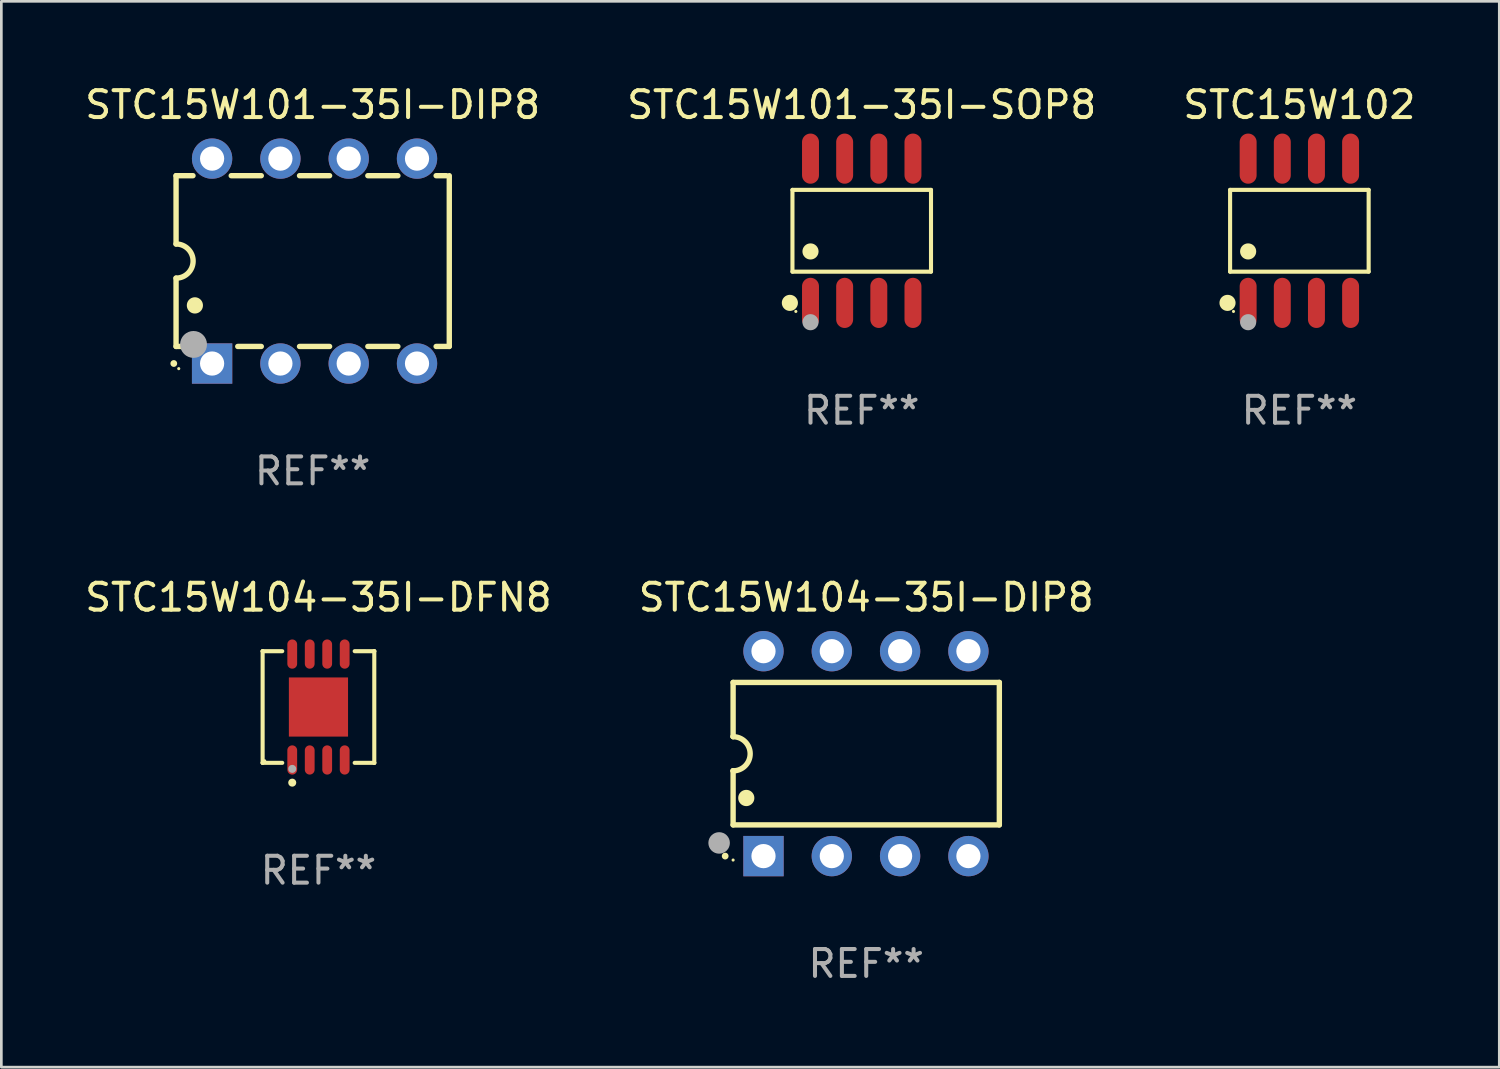
<source format=kicad_pcb>
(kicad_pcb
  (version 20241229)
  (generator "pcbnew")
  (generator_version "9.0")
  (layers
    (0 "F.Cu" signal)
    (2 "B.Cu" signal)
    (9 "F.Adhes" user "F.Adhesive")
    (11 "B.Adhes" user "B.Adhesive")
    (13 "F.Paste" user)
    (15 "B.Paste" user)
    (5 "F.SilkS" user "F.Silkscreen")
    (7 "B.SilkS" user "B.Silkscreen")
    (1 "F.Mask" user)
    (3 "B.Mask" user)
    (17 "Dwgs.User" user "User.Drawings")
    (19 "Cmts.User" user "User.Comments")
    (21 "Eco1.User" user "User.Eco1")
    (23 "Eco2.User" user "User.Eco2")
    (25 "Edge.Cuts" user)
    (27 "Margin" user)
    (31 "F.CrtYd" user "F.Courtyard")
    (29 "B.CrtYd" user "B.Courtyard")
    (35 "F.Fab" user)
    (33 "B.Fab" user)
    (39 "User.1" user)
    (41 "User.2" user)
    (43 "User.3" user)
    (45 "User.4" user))
  (footprint "STC15W101-35I-SOP8"
    (layer "F.Cu")
    (at 28.994 5.531)
    (property "Reference" "STC15W101-35I-SOP8" (at 0 -4.682 0) (layer "F.SilkS") (effects (font (size 1 1) (thickness 0.15))))
    (attr through_hole)
    (fp_line (start -2.576 -1.521) (end 2.576 -1.521) (stroke (width 0.152) (type solid)) (layer "F.SilkS"))
    (fp_line (start -2.576 1.521) (end -2.576 -1.521) (stroke (width 0.152) (type solid)) (layer "F.SilkS"))
    (fp_line (start 2.576 -1.521) (end 2.576 1.521) (stroke (width 0.152) (type solid)) (layer "F.SilkS"))
    (fp_line (start 2.576 1.521) (end -2.576 1.521) (stroke (width 0.152) (type solid)) (layer "F.SilkS"))
    (fp_circle (center -2.672 2.682) (end -2.522 2.682) (stroke (width 0.3) (type solid)) (fill no) (layer "F.SilkS"))
    (fp_circle (center -2.45 3) (end -2.42 3) (stroke (width 0.06) (type solid)) (fill no) (layer "F.SilkS"))
    (fp_circle (center -1.905 0.769) (end -1.755 0.769) (stroke (width 0.3) (type solid)) (fill no) (layer "F.SilkS"))
    (fp_circle (center -1.905 3.4) (end -1.755 3.4) (stroke (width 0.3) (type solid)) (fill no) (layer "F.Fab"))
    (fp_text user "REF**" (at 0 6.682 0) (layer "F.Fab") (effects (font (size 1 1) (thickness 0.15))))
    (pad "1" smd oval (at -1.905 2.682) (size 0.63 1.865) (layers "F.Cu" "F.Mask" "F.Paste"))
    (pad "2" smd oval (at -0.635 2.682) (size 0.63 1.865) (layers "F.Cu" "F.Mask" "F.Paste"))
    (pad "3" smd oval (at 0.635 2.682) (size 0.63 1.865) (layers "F.Cu" "F.Mask" "F.Paste"))
    (pad "4" smd oval (at 1.905 2.682) (size 0.63 1.865) (layers "F.Cu" "F.Mask" "F.Paste"))
    (pad "5" smd oval (at 1.905 -2.682) (size 0.63 1.865) (layers "F.Cu" "F.Mask" "F.Paste"))
    (pad "6" smd oval (at 0.635 -2.682) (size 0.63 1.865) (layers "F.Cu" "F.Mask" "F.Paste"))
    (pad "7" smd oval (at -0.635 -2.682) (size 0.63 1.865) (layers "F.Cu" "F.Mask" "F.Paste"))
    (pad "8" smd oval (at -1.905 -2.682) (size 0.63 1.865) (layers "F.Cu" "F.Mask" "F.Paste")))
  (footprint "STC15W104-35I-DFN8"
    (layer "F.Cu")
    (at 8.792 23.241)
    (property "Reference" "STC15W104-35I-DFN8" (at 0 -4.076 0) (layer "F.SilkS") (effects (font (size 1 1) (thickness 0.15))))
    (attr through_hole)
    (fp_line (start -2.076 -2.076) (end -2.076 -2.076) (stroke (width 0.152) (type solid)) (layer "F.SilkS"))
    (fp_line (start -2.076 -2.076) (end -1.347 -2.076) (stroke (width 0.152) (type solid)) (layer "F.SilkS"))
    (fp_line (start -2.076 2.076) (end -2.076 -2.076) (stroke (width 0.152) (type solid)) (layer "F.SilkS"))
    (fp_line (start -2.076 2.076) (end -2.076 2.076) (stroke (width 0.152) (type solid)) (layer "F.SilkS"))
    (fp_line (start -1.347 2.076) (end -2.076 2.076) (stroke (width 0.152) (type solid)) (layer "F.SilkS"))
    (fp_line (start 1.347 2.076) (end 2.076 2.076) (stroke (width 0.152) (type solid)) (layer "F.SilkS"))
    (fp_line (start 2.076 -2.076) (end 1.347 -2.076) (stroke (width 0.152) (type solid)) (layer "F.SilkS"))
    (fp_line (start 2.076 -2.076) (end 2.076 -2.076) (stroke (width 0.152) (type solid)) (layer "F.SilkS"))
    (fp_line (start 2.076 2.076) (end 2.076 -2.076) (stroke (width 0.152) (type solid)) (layer "F.SilkS"))
    (fp_line (start 2.076 2.076) (end 2.076 2.076) (stroke (width 0.152) (type solid)) (layer "F.SilkS"))
    (fp_circle (center -2 2) (end -1.97 2) (stroke (width 0.06) (type solid)) (fill no) (layer "F.SilkS"))
    (fp_circle (center -0.975 2.812) (end -0.9 2.812) (stroke (width 0.15) (type solid)) (fill no) (layer "F.SilkS"))
    (fp_circle (center -0.975 2.3) (end -0.9 2.3) (stroke (width 0.15) (type solid)) (fill no) (layer "F.Fab"))
    (fp_text user "REF**" (at 0 6.076 0) (layer "F.Fab") (effects (font (size 1 1) (thickness 0.15))))
    (pad "1" smd oval (at -0.975 1.969) (size 0.364 1.087) (layers "F.Cu" "F.Mask" "F.Paste"))
    (pad "2" smd oval (at -0.325 1.969) (size 0.364 1.087) (layers "F.Cu" "F.Mask" "F.Paste"))
    (pad "3" smd oval (at 0.325 1.969) (size 0.364 1.087) (layers "F.Cu" "F.Mask" "F.Paste"))
    (pad "4" smd oval (at 0.975 1.969) (size 0.364 1.087) (layers "F.Cu" "F.Mask" "F.Paste"))
    (pad "5" smd oval (at 0.975 -1.969) (size 0.364 1.087) (layers "F.Cu" "F.Mask" "F.Paste"))
    (pad "6" smd oval (at 0.325 -1.969) (size 0.364 1.087) (layers "F.Cu" "F.Mask" "F.Paste"))
    (pad "7" smd oval (at -0.325 -1.969) (size 0.364 1.087) (layers "F.Cu" "F.Mask" "F.Paste"))
    (pad "8" smd oval (at -0.975 -1.969) (size 0.364 1.087) (layers "F.Cu" "F.Mask" "F.Paste"))
    (pad "9" smd rect (at 0 0) (size 2.2 2.2) (layers "F.Cu" "F.Mask" "F.Paste")))
  (footprint "STC15W104-35I-DIP8"
    (layer "F.Cu")
    (at 29.161 24.975)
    (property "Reference" "STC15W104-35I-DIP8" (at 0 -5.81 0) (layer "F.SilkS") (effects (font (size 1 1) (thickness 0.15))))
    (attr through_hole)
    (fp_line (start -4.95 -2.649) (end 4.95 -2.649) (stroke (width 0.2) (type solid)) (layer "F.SilkS"))
    (fp_line (start -4.95 -0.635) (end -4.95 -2.649) (stroke (width 0.2) (type solid)) (layer "F.SilkS"))
    (fp_line (start -4.95 0.635) (end -4.95 0.64) (stroke (width 0.2) (type solid)) (layer "F.SilkS"))
    (fp_line (start -4.95 2.649) (end -4.95 0.635) (stroke (width 0.2) (type solid)) (layer "F.SilkS"))
    (fp_line (start -4.95 -0.64) (end -4.95 -0.635) (stroke (width 0.2) (type solid)) (layer "F.SilkS"))
    (fp_line (start 4.95 -2.649) (end 4.95 2.649) (stroke (width 0.2) (type solid)) (layer "F.SilkS"))
    (fp_line (start 4.95 2.649) (end -4.95 2.649) (stroke (width 0.2) (type solid)) (layer "F.SilkS"))
    (fp_arc (start -5.24511 3.810008) (mid -5.245117 3.808738) (end -5.24511 3.807468) (stroke (width 0.25) (type solid)) (layer "F.SilkS"))
    (fp_arc (start -4.950165 -0.629997) (mid -4.315164 0.005004) (end -4.950165 0.640005) (stroke (width 0.2) (type solid)) (layer "F.SilkS"))
    (fp_arc (start -4.460249 1.651003) (mid -4.46026 1.648463) (end -4.460249 1.645923) (stroke (width 0.6) (type solid)) (layer "F.SilkS"))
    (fp_circle (center -4.95 3.956) (end -4.92 3.956) (stroke (width 0.06) (type solid)) (fill no) (layer "F.SilkS"))
    (fp_circle (center -5.47 3.32) (end -5.27 3.32) (stroke (width 0.4) (type solid)) (fill no) (layer "F.Fab"))
    (fp_text user "REF**" (at 0 7.81 0) (layer "F.Fab") (effects (font (size 1 1) (thickness 0.15))))
    (pad "1" thru_hole rect (at -3.82 3.81) (size 1.5 1.5) (drill 0.9) (layers "*.Cu" "*.Mask"))
    (pad "2" thru_hole circle (at -1.28 3.81) (size 1.5 1.5) (drill 0.9) (layers "*.Cu" "*.Mask"))
    (pad "3" thru_hole circle (at 1.26 3.81) (size 1.5 1.5) (drill 0.9) (layers "*.Cu" "*.Mask"))
    (pad "4" thru_hole circle (at 3.8 3.81) (size 1.5 1.5) (drill 0.9) (layers "*.Cu" "*.Mask"))
    (pad "5" thru_hole circle (at 3.8 -3.81) (size 1.5 1.5) (drill 0.9) (layers "*.Cu" "*.Mask"))
    (pad "6" thru_hole circle (at 1.26 -3.81) (size 1.5 1.5) (drill 0.9) (layers "*.Cu" "*.Mask"))
    (pad "7" thru_hole circle (at -1.28 -3.81) (size 1.5 1.5) (drill 0.9) (layers "*.Cu" "*.Mask"))
    (pad "8" thru_hole circle (at -3.82 -3.81) (size 1.5 1.5) (drill 0.9) (layers "*.Cu" "*.Mask")))
  (footprint "STC15W101-35I-DIP8"
    (layer "F.Cu")
    (at 8.577 6.658)
    (property "Reference" "STC15W101-35I-DIP8" (at 0 -5.81 0) (layer "F.SilkS") (effects (font (size 1 1) (thickness 0.15))))
    (attr through_hole)
    (fp_line (start -5.08 -3.175) (end -4.451 -3.175) (stroke (width 0.2) (type solid)) (layer "F.SilkS"))
    (fp_line (start -5.08 -0.635) (end -5.08 -3.175) (stroke (width 0.2) (type solid)) (layer "F.SilkS"))
    (fp_line (start -5.08 3.175) (end -5.08 0.635) (stroke (width 0.2) (type solid)) (layer "F.SilkS"))
    (fp_line (start -4.694 3.175) (end -5.08 3.175) (stroke (width 0.2) (type solid)) (layer "F.SilkS"))
    (fp_line (start -3.029 -3.175) (end -1.911 -3.175) (stroke (width 0.2) (type solid)) (layer "F.SilkS"))
    (fp_line (start -1.911 3.175) (end -2.786 3.175) (stroke (width 0.2) (type solid)) (layer "F.SilkS"))
    (fp_line (start -0.489 -3.175) (end 0.629 -3.175) (stroke (width 0.2) (type solid)) (layer "F.SilkS"))
    (fp_line (start 0.629 3.175) (end -0.489 3.175) (stroke (width 0.2) (type solid)) (layer "F.SilkS"))
    (fp_line (start 2.051 -3.175) (end 3.169 -3.175) (stroke (width 0.2) (type solid)) (layer "F.SilkS"))
    (fp_line (start 3.169 3.175) (end 2.051 3.175) (stroke (width 0.2) (type solid)) (layer "F.SilkS"))
    (fp_line (start 4.591 -3.175) (end 4.97 -3.175) (stroke (width 0.2) (type solid)) (layer "F.SilkS"))
    (fp_line (start 5.074 3.175) (end 4.591 3.175) (stroke (width 0.2) (type solid)) (layer "F.SilkS"))
    (fp_line (start 5.08 -3.175) (end 5.08 3.175) (stroke (width 0.2) (type solid)) (layer "F.SilkS"))
    (fp_arc (start -5.164948 3.810008) (mid -5.164955 3.808738) (end -5.164948 3.807468) (stroke (width 0.25) (type solid)) (layer "F.SilkS"))
    (fp_arc (start -5.081128 -0.635001) (mid -4.446127 0) (end -5.081128 0.635001) (stroke (width 0.2) (type solid)) (layer "F.SilkS"))
    (fp_arc (start -4.380086 1.651003) (mid -4.380097 1.648463) (end -4.380086 1.645923) (stroke (width 0.6) (type solid)) (layer "F.SilkS"))
    (fp_circle (center -4.98 4) (end -4.95 4) (stroke (width 0.06) (type solid)) (fill no) (layer "F.SilkS"))
    (fp_circle (center -4.43 3.1) (end -4.18 3.1) (stroke (width 0.5) (type solid)) (fill no) (layer "F.Fab"))
    (fp_text user "REF**" (at 0 7.81 0) (layer "F.Fab") (effects (font (size 1 1) (thickness 0.15))))
    (pad "1" thru_hole rect (at -3.74 3.81) (size 1.5 1.5) (drill 0.9) (layers "*.Cu" "*.Mask"))
    (pad "2" thru_hole circle (at -1.2 3.81) (size 1.5 1.5) (drill 0.9) (layers "*.Cu" "*.Mask"))
    (pad "3" thru_hole circle (at 1.34 3.81) (size 1.5 1.5) (drill 0.9) (layers "*.Cu" "*.Mask"))
    (pad "4" thru_hole circle (at 3.88 3.81) (size 1.5 1.5) (drill 0.9) (layers "*.Cu" "*.Mask"))
    (pad "5" thru_hole circle (at 3.88 -3.81) (size 1.5 1.5) (drill 0.9) (layers "*.Cu" "*.Mask"))
    (pad "6" thru_hole circle (at 1.34 -3.81) (size 1.5 1.5) (drill 0.9) (layers "*.Cu" "*.Mask"))
    (pad "7" thru_hole circle (at -1.2 -3.81) (size 1.5 1.5) (drill 0.9) (layers "*.Cu" "*.Mask"))
    (pad "8" thru_hole circle (at -3.74 -3.81) (size 1.5 1.5) (drill 0.9) (layers "*.Cu" "*.Mask")))
  (footprint "STC15W102"
    (layer "F.Cu")
    (at 45.268 5.531)
    (property "Reference" "STC15W102" (at 0 -4.682 0) (layer "F.SilkS") (effects (font (size 1 1) (thickness 0.15))))
    (attr through_hole)
    (fp_line (start -2.576 -1.521) (end 2.576 -1.521) (stroke (width 0.152) (type solid)) (layer "F.SilkS"))
    (fp_line (start -2.576 1.521) (end -2.576 -1.521) (stroke (width 0.152) (type solid)) (layer "F.SilkS"))
    (fp_line (start 2.576 -1.521) (end 2.576 1.521) (stroke (width 0.152) (type solid)) (layer "F.SilkS"))
    (fp_line (start 2.576 1.521) (end -2.576 1.521) (stroke (width 0.152) (type solid)) (layer "F.SilkS"))
    (fp_circle (center -2.672 2.682) (end -2.522 2.682) (stroke (width 0.3) (type solid)) (fill no) (layer "F.SilkS"))
    (fp_circle (center -2.45 3) (end -2.42 3) (stroke (width 0.06) (type solid)) (fill no) (layer "F.SilkS"))
    (fp_circle (center -1.905 0.769) (end -1.755 0.769) (stroke (width 0.3) (type solid)) (fill no) (layer "F.SilkS"))
    (fp_circle (center -1.905 3.4) (end -1.755 3.4) (stroke (width 0.3) (type solid)) (fill no) (layer "F.Fab"))
    (fp_text user "REF**" (at 0 6.682 0) (layer "F.Fab") (effects (font (size 1 1) (thickness 0.15))))
    (pad "1" smd oval (at -1.905 2.682) (size 0.63 1.865) (layers "F.Cu" "F.Mask" "F.Paste"))
    (pad "2" smd oval (at -0.635 2.682) (size 0.63 1.865) (layers "F.Cu" "F.Mask" "F.Paste"))
    (pad "3" smd oval (at 0.635 2.682) (size 0.63 1.865) (layers "F.Cu" "F.Mask" "F.Paste"))
    (pad "4" smd oval (at 1.905 2.682) (size 0.63 1.865) (layers "F.Cu" "F.Mask" "F.Paste"))
    (pad "5" smd oval (at 1.905 -2.682) (size 0.63 1.865) (layers "F.Cu" "F.Mask" "F.Paste"))
    (pad "6" smd oval (at 0.635 -2.682) (size 0.63 1.865) (layers "F.Cu" "F.Mask" "F.Paste"))
    (pad "7" smd oval (at -0.635 -2.682) (size 0.63 1.865) (layers "F.Cu" "F.Mask" "F.Paste"))
    (pad "8" smd oval (at -1.905 -2.682) (size 0.63 1.865) (layers "F.Cu" "F.Mask" "F.Paste")))
  (gr_rect
    (start -3 -3)
    (end 52.702 36.633)
    (stroke (width 0.1) (type default))
    (fill no)
    (layer "Edge.Cuts")))
</source>
